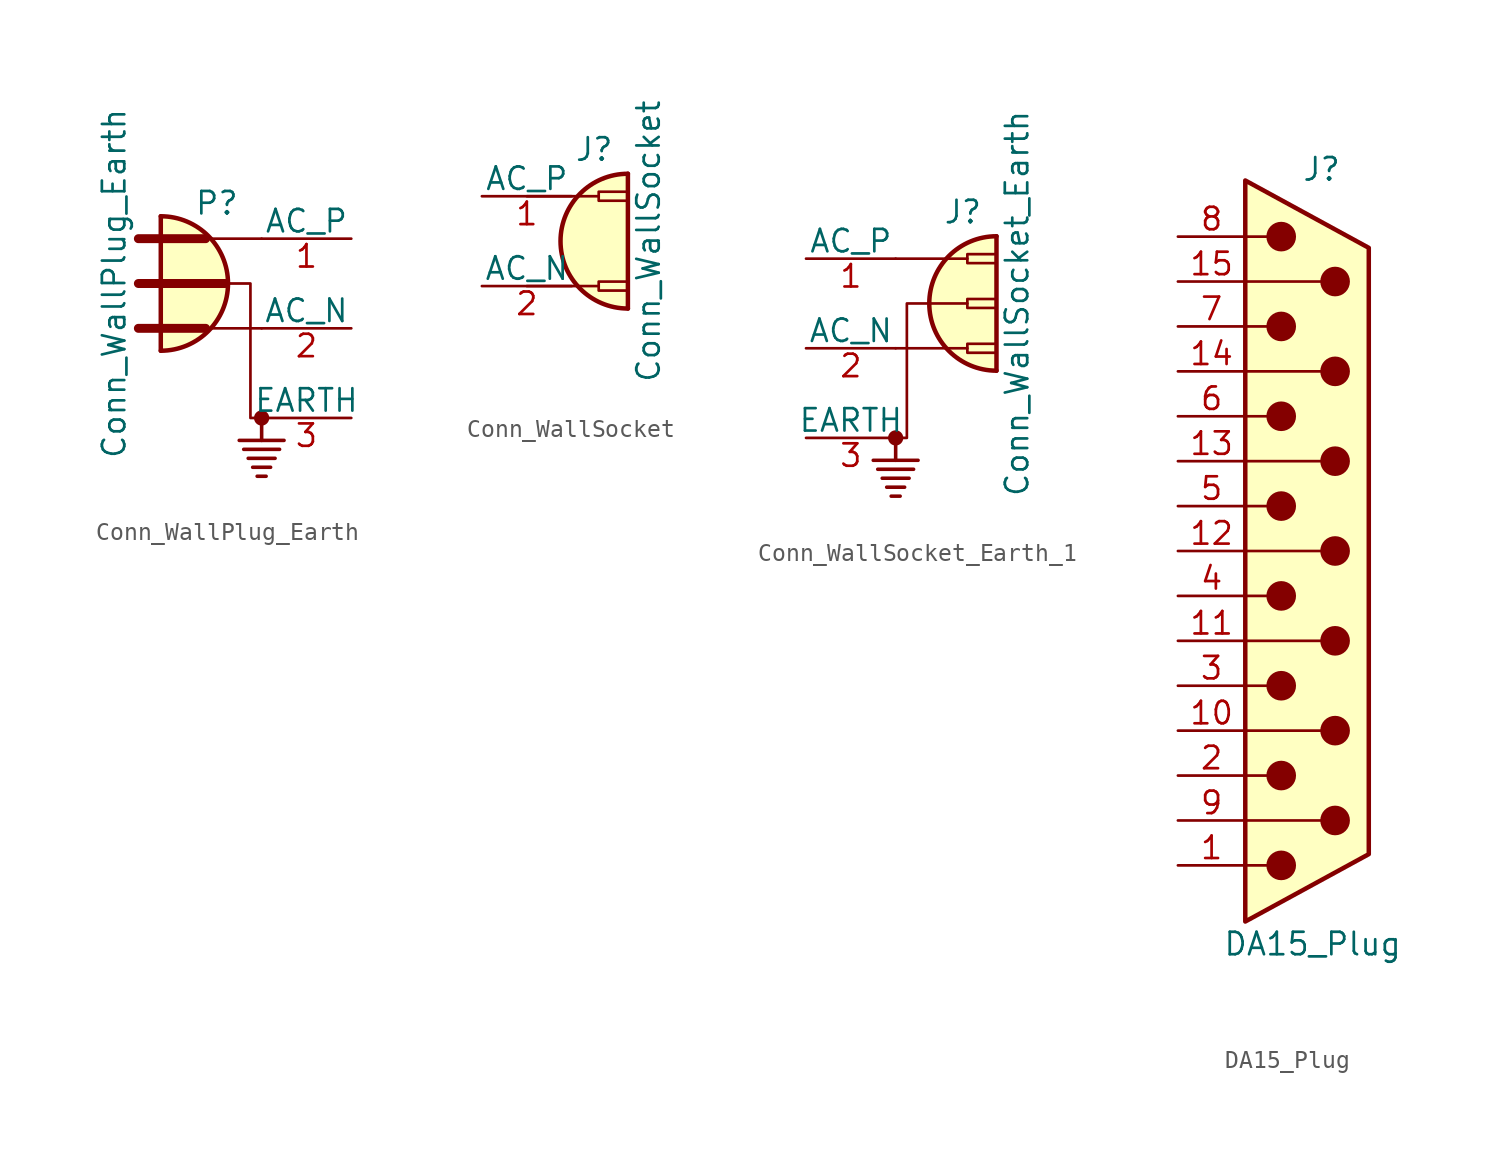
<source format=kicad_sym>
(kicad_symbol_lib
  (version 20220914)
  (generator kicad_symbol_editor)
  (symbol "Conn_WallPlug_Earth"
    (pin_names
      (offset 0))
    (property "Reference" "P"
      (at 0 3.81 0)
      (effects (font (size 1.27 1.27)) (justify bottom)))
    (property "Value" "Conn_WallPlug_Earth"
      (at -5.08 0 90)
      (effects (font (size 1.27 1.27)) (justify bottom)))
    (symbol "Conn_WallPlug_Earth_0_1"
      (arc (start -3.175 -3.81) (mid 0.6184 0) (end -3.175 3.81) (stroke (width 0.254) (type default)) (fill (type background)))
      (polyline (pts (xy -4.445 -2.54) (xy -0.635 -2.54)) (stroke (width 0.508) (type default)) (fill (type none)))
      (polyline (pts (xy -4.445 0) (xy 0.508 0)) (stroke (width 0.508) (type default)) (fill (type none)))
      (polyline (pts (xy -4.445 2.54) (xy -0.635 2.54)) (stroke (width 0.508) (type default)) (fill (type none)))
      (polyline (pts (xy -3.175 -3.81) (xy -3.175 3.81)) (stroke (width 0.254) (type default)) (fill (type none)))
      (polyline (pts (xy -0.635 -2.54) (xy 2.54 -2.54)) (stroke (width 0) (type default)) (fill (type none)))
      (polyline (pts (xy -0.635 2.54) (xy 2.54 2.54)) (stroke (width 0) (type default)) (fill (type none)))
      (polyline (pts (xy 1.524 -9.398) (xy 3.556 -9.398)) (stroke (width 0.203) (type default)) (fill (type none)))
      (polyline (pts (xy 1.778 -9.906) (xy 3.302 -9.906)) (stroke (width 0.203) (type default)) (fill (type none)))
      (polyline (pts (xy 2.032 -10.414) (xy 3.048 -10.414)) (stroke (width 0.203) (type default)) (fill (type none)))
      (polyline (pts (xy 2.286 -10.922) (xy 2.794 -10.922)) (stroke (width 0.203) (type default)) (fill (type none)))
      (polyline (pts (xy 2.54 -7.62) (xy 2.54 -8.89)) (stroke (width 0.203) (type default)) (fill (type none)))
      (polyline (pts (xy 3.81 -8.89) (xy 1.27 -8.89)) (stroke (width 0.203) (type default)) (fill (type none)))
      (polyline (pts (xy 2.54 -7.62) (xy 1.905 -7.62) (xy 1.905 0) (xy -4.445 0)) (stroke (width 0) (type default)) (fill (type none)))
      (circle (center 2.54 -7.62) (radius 0.356) (stroke (width 0) (type default)) (fill (type outline))))
    (symbol "Conn_WallPlug_Earth_1_1"
      (pin power_out line (at 7.62 2.54 180) (length 5.08) (name "AC_P" (effects (font (size 1.27 1.27)))) (number "1" (effects (font (size 1.27 1.27)))))
      (pin power_out line (at 7.62 -2.54 180) (length 5.08) (name "AC_N" (effects (font (size 1.27 1.27)))) (number "2" (effects (font (size 1.27 1.27)))))
      (pin passive line (at 7.62 -7.62 180) (length 5.08) (name "EARTH" (effects (font (size 1.27 1.27)))) (number "3" (effects (font (size 1.27 1.27)))))))
  (symbol "Conn_WallSocket"
    (pin_names
      (offset 0))
    (property "Reference" "J"
      (at 1.27 4.445 0)
      (effects (font (size 1.27 1.27)) (justify bottom)))
    (property "Value" "Conn_WallSocket"
      (at 5.08 0 90)
      (effects (font (size 1.27 1.27)) (justify bottom)))
    (symbol "Conn_WallSocket_0_1"
      (polyline (pts (xy 1.524 -2.54) (xy -2.54 -2.54)) (stroke (width 0) (type default)) (fill (type none)))
      (polyline (pts (xy 1.524 2.54) (xy -2.54 2.54)) (stroke (width 0) (type default)) (fill (type none)))
      (polyline (pts (xy 3.175 -3.81) (xy 3.175 3.81)) (stroke (width 0.254) (type default)) (fill (type none)))
      (rectangle (start 3.175 -2.794) (end 1.524 -2.286) (stroke (width 0) (type default)) (fill (type none)))
      (rectangle (start 3.175 2.286) (end 1.524 2.794) (stroke (width 0) (type default)) (fill (type none)))
      (arc (start 3.175 3.81) (mid -0.6184 0) (end 3.175 -3.81) (stroke (width 0.254) (type default)) (fill (type background))))
    (symbol "Conn_WallSocket_1_1"
      (pin power_in line (at -5.08 2.54 0) (length 5.08) (name "AC_P" (effects (font (size 1.27 1.27)))) (number "1" (effects (font (size 1.27 1.27)))))
      (pin power_in line (at -5.08 -2.54 0) (length 5.08) (name "AC_N" (effects (font (size 1.27 1.27)))) (number "2" (effects (font (size 1.27 1.27)))))))
  (symbol "Conn_WallSocket_Earth_1"
    (pin_names
      (offset 0))
    (property "Reference" "J"
      (at 3.81 6.985 0)
      (effects (font (size 1.27 1.27)) (justify bottom)))
    (property "Value" "Conn_WallSocket_Earth"
      (at 7.62 2.54 90)
      (effects (font (size 1.27 1.27)) (justify bottom)))
    (symbol "Conn_WallSocket_Earth_1_0_1"
      (circle (center 0 -5.08) (radius 0.356) (stroke (width 0) (type default)) (fill (type outline)))
      (polyline (pts (xy -1.27 -6.35) (xy 1.27 -6.35)) (stroke (width 0.203) (type default)) (fill (type none)))
      (polyline (pts (xy 0 -5.08) (xy 0 -6.35)) (stroke (width 0.203) (type default)) (fill (type none)))
      (polyline (pts (xy 0.254 -8.382) (xy -0.254 -8.382)) (stroke (width 0.203) (type default)) (fill (type none)))
      (polyline (pts (xy 0.508 -7.874) (xy -0.508 -7.874)) (stroke (width 0.203) (type default)) (fill (type none)))
      (polyline (pts (xy 0.762 -7.366) (xy -0.762 -7.366)) (stroke (width 0.203) (type default)) (fill (type none)))
      (polyline (pts (xy 1.016 -6.858) (xy -1.016 -6.858)) (stroke (width 0.203) (type default)) (fill (type none)))
      (polyline (pts (xy 4.064 0) (xy 0 0)) (stroke (width 0) (type default)) (fill (type none)))
      (polyline (pts (xy 4.064 5.08) (xy 0 5.08)) (stroke (width 0) (type default)) (fill (type none)))
      (polyline (pts (xy 5.715 -1.27) (xy 5.715 6.35)) (stroke (width 0.254) (type default)) (fill (type none)))
      (polyline (pts (xy 0 -5.08) (xy 0.635 -5.08) (xy 0.635 2.54) (xy 4.064 2.54)) (stroke (width 0) (type default)) (fill (type none)))
      (rectangle (start 5.715 -0.254) (end 4.064 0.254) (stroke (width 0) (type default)) (fill (type none)))
      (rectangle (start 5.715 2.286) (end 4.064 2.794) (stroke (width 0) (type default)) (fill (type none)))
      (rectangle (start 5.715 4.826) (end 4.064 5.334) (stroke (width 0) (type default)) (fill (type none)))
      (arc (start 5.715 6.35) (mid 1.9216 2.54) (end 5.715 -1.27) (stroke (width 0.254) (type default)) (fill (type background))))
    (symbol "Conn_WallSocket_Earth_1_1_1"
      (pin power_in line (at -5.08 5.08 0) (length 5.08) (name "AC_P" (effects (font (size 1.27 1.27)))) (number "1" (effects (font (size 1.27 1.27)))))
      (pin power_in line (at -5.08 0 0) (length 5.08) (name "AC_N" (effects (font (size 1.27 1.27)))) (number "2" (effects (font (size 1.27 1.27)))))
      (pin passive line (at -5.08 -5.08 0) (length 5.08) (name "EARTH" (effects (font (size 1.27 1.27)))) (number "3" (effects (font (size 1.27 1.27)))))))
  (symbol "DA15_Plug"
    (pin_names
      (offset 1.016) hide)
    (property "Reference" "J"
      (at 0.508 21.59 0)
      (effects (font (size 1.27 1.27))))
    (property "Value" "DA15_Plug"
      (at 0 -22.225 0)
      (effects (font (size 1.27 1.27))))
    (symbol "DA15_Plug_0_1"
      (circle (center -1.778 -17.78) (radius 0.762) (stroke (width 0) (type default)) (fill (type outline)))
      (circle (center -1.778 -12.7) (radius 0.762) (stroke (width 0) (type default)) (fill (type outline)))
      (circle (center -1.778 -7.62) (radius 0.762) (stroke (width 0) (type default)) (fill (type outline)))
      (circle (center -1.778 -2.54) (radius 0.762) (stroke (width 0) (type default)) (fill (type outline)))
      (circle (center -1.778 2.54) (radius 0.762) (stroke (width 0) (type default)) (fill (type outline)))
      (circle (center -1.778 7.62) (radius 0.762) (stroke (width 0) (type default)) (fill (type outline)))
      (circle (center -1.778 12.7) (radius 0.762) (stroke (width 0) (type default)) (fill (type outline)))
      (circle (center -1.778 17.78) (radius 0.762) (stroke (width 0) (type default)) (fill (type outline)))
      (polyline (pts (xy -3.81 -17.78) (xy -2.54 -17.78)) (stroke (width 0) (type default)) (fill (type none)))
      (polyline (pts (xy -3.81 -15.24) (xy 0.508 -15.24)) (stroke (width 0) (type default)) (fill (type none)))
      (polyline (pts (xy -3.81 -12.7) (xy -2.54 -12.7)) (stroke (width 0) (type default)) (fill (type none)))
      (polyline (pts (xy -3.81 -10.16) (xy 0.508 -10.16)) (stroke (width 0) (type default)) (fill (type none)))
      (polyline (pts (xy -3.81 -7.62) (xy -2.54 -7.62)) (stroke (width 0) (type default)) (fill (type none)))
      (polyline (pts (xy -3.81 -5.08) (xy 0.508 -5.08)) (stroke (width 0) (type default)) (fill (type none)))
      (polyline (pts (xy -3.81 -2.54) (xy -2.54 -2.54)) (stroke (width 0) (type default)) (fill (type none)))
      (polyline (pts (xy -3.81 0) (xy 0.508 0)) (stroke (width 0) (type default)) (fill (type none)))
      (polyline (pts (xy -3.81 2.54) (xy -2.54 2.54)) (stroke (width 0) (type default)) (fill (type none)))
      (polyline (pts (xy -3.81 5.08) (xy 0.508 5.08)) (stroke (width 0) (type default)) (fill (type none)))
      (polyline (pts (xy -3.81 7.62) (xy -2.54 7.62)) (stroke (width 0) (type default)) (fill (type none)))
      (polyline (pts (xy -3.81 10.16) (xy 0.508 10.16)) (stroke (width 0) (type default)) (fill (type none)))
      (polyline (pts (xy -3.81 12.7) (xy -2.54 12.7)) (stroke (width 0) (type default)) (fill (type none)))
      (polyline (pts (xy -3.81 15.24) (xy 0.508 15.24)) (stroke (width 0) (type default)) (fill (type none)))
      (polyline (pts (xy -3.81 17.78) (xy -2.54 17.78)) (stroke (width 0) (type default)) (fill (type none)))
      (polyline (pts (xy -3.81 -20.955) (xy 3.175 -17.145) (xy 3.175 17.145) (xy -3.81 20.955) (xy -3.81 -20.955)) (stroke (width 0.254) (type default)) (fill (type background)))
      (circle (center 1.27 -15.24) (radius 0.762) (stroke (width 0) (type default)) (fill (type outline)))
      (circle (center 1.27 -10.16) (radius 0.762) (stroke (width 0) (type default)) (fill (type outline)))
      (circle (center 1.27 -5.08) (radius 0.762) (stroke (width 0) (type default)) (fill (type outline)))
      (circle (center 1.27 0) (radius 0.762) (stroke (width 0) (type default)) (fill (type outline)))
      (circle (center 1.27 5.08) (radius 0.762) (stroke (width 0) (type default)) (fill (type outline)))
      (circle (center 1.27 10.16) (radius 0.762) (stroke (width 0) (type default)) (fill (type outline)))
      (circle (center 1.27 15.24) (radius 0.762) (stroke (width 0) (type default)) (fill (type outline))))
    (symbol "DA15_Plug_1_1"
      (pin passive line (at -7.62 -17.78 0) (length 3.81) (name "1" (effects (font (size 1.27 1.27)))) (number "1" (effects (font (size 1.27 1.27)))))
      (pin passive line (at -7.62 -10.16 0) (length 3.81) (name "P10" (effects (font (size 1.27 1.27)))) (number "10" (effects (font (size 1.27 1.27)))))
      (pin passive line (at -7.62 -5.08 0) (length 3.81) (name "P111" (effects (font (size 1.27 1.27)))) (number "11" (effects (font (size 1.27 1.27)))))
      (pin passive line (at -7.62 0 0) (length 3.81) (name "P12" (effects (font (size 1.27 1.27)))) (number "12" (effects (font (size 1.27 1.27)))))
      (pin passive line (at -7.62 5.08 0) (length 3.81) (name "P13" (effects (font (size 1.27 1.27)))) (number "13" (effects (font (size 1.27 1.27)))))
      (pin passive line (at -7.62 10.16 0) (length 3.81) (name "P14" (effects (font (size 1.27 1.27)))) (number "14" (effects (font (size 1.27 1.27)))))
      (pin passive line (at -7.62 15.24 0) (length 3.81) (name "P15" (effects (font (size 1.27 1.27)))) (number "15" (effects (font (size 1.27 1.27)))))
      (pin passive line (at -7.62 -12.7 0) (length 3.81) (name "2" (effects (font (size 1.27 1.27)))) (number "2" (effects (font (size 1.27 1.27)))))
      (pin passive line (at -7.62 -7.62 0) (length 3.81) (name "3" (effects (font (size 1.27 1.27)))) (number "3" (effects (font (size 1.27 1.27)))))
      (pin passive line (at -7.62 -2.54 0) (length 3.81) (name "4" (effects (font (size 1.27 1.27)))) (number "4" (effects (font (size 1.27 1.27)))))
      (pin passive line (at -7.62 2.54 0) (length 3.81) (name "5" (effects (font (size 1.27 1.27)))) (number "5" (effects (font (size 1.27 1.27)))))
      (pin passive line (at -7.62 7.62 0) (length 3.81) (name "6" (effects (font (size 1.27 1.27)))) (number "6" (effects (font (size 1.27 1.27)))))
      (pin passive line (at -7.62 12.7 0) (length 3.81) (name "7" (effects (font (size 1.27 1.27)))) (number "7" (effects (font (size 1.27 1.27)))))
      (pin passive line (at -7.62 17.78 0) (length 3.81) (name "8" (effects (font (size 1.27 1.27)))) (number "8" (effects (font (size 1.27 1.27)))))
      (pin passive line (at -7.62 -15.24 0) (length 3.81) (name "P9" (effects (font (size 1.27 1.27)))) (number "9" (effects (font (size 1.27 1.27))))))))
</source>
